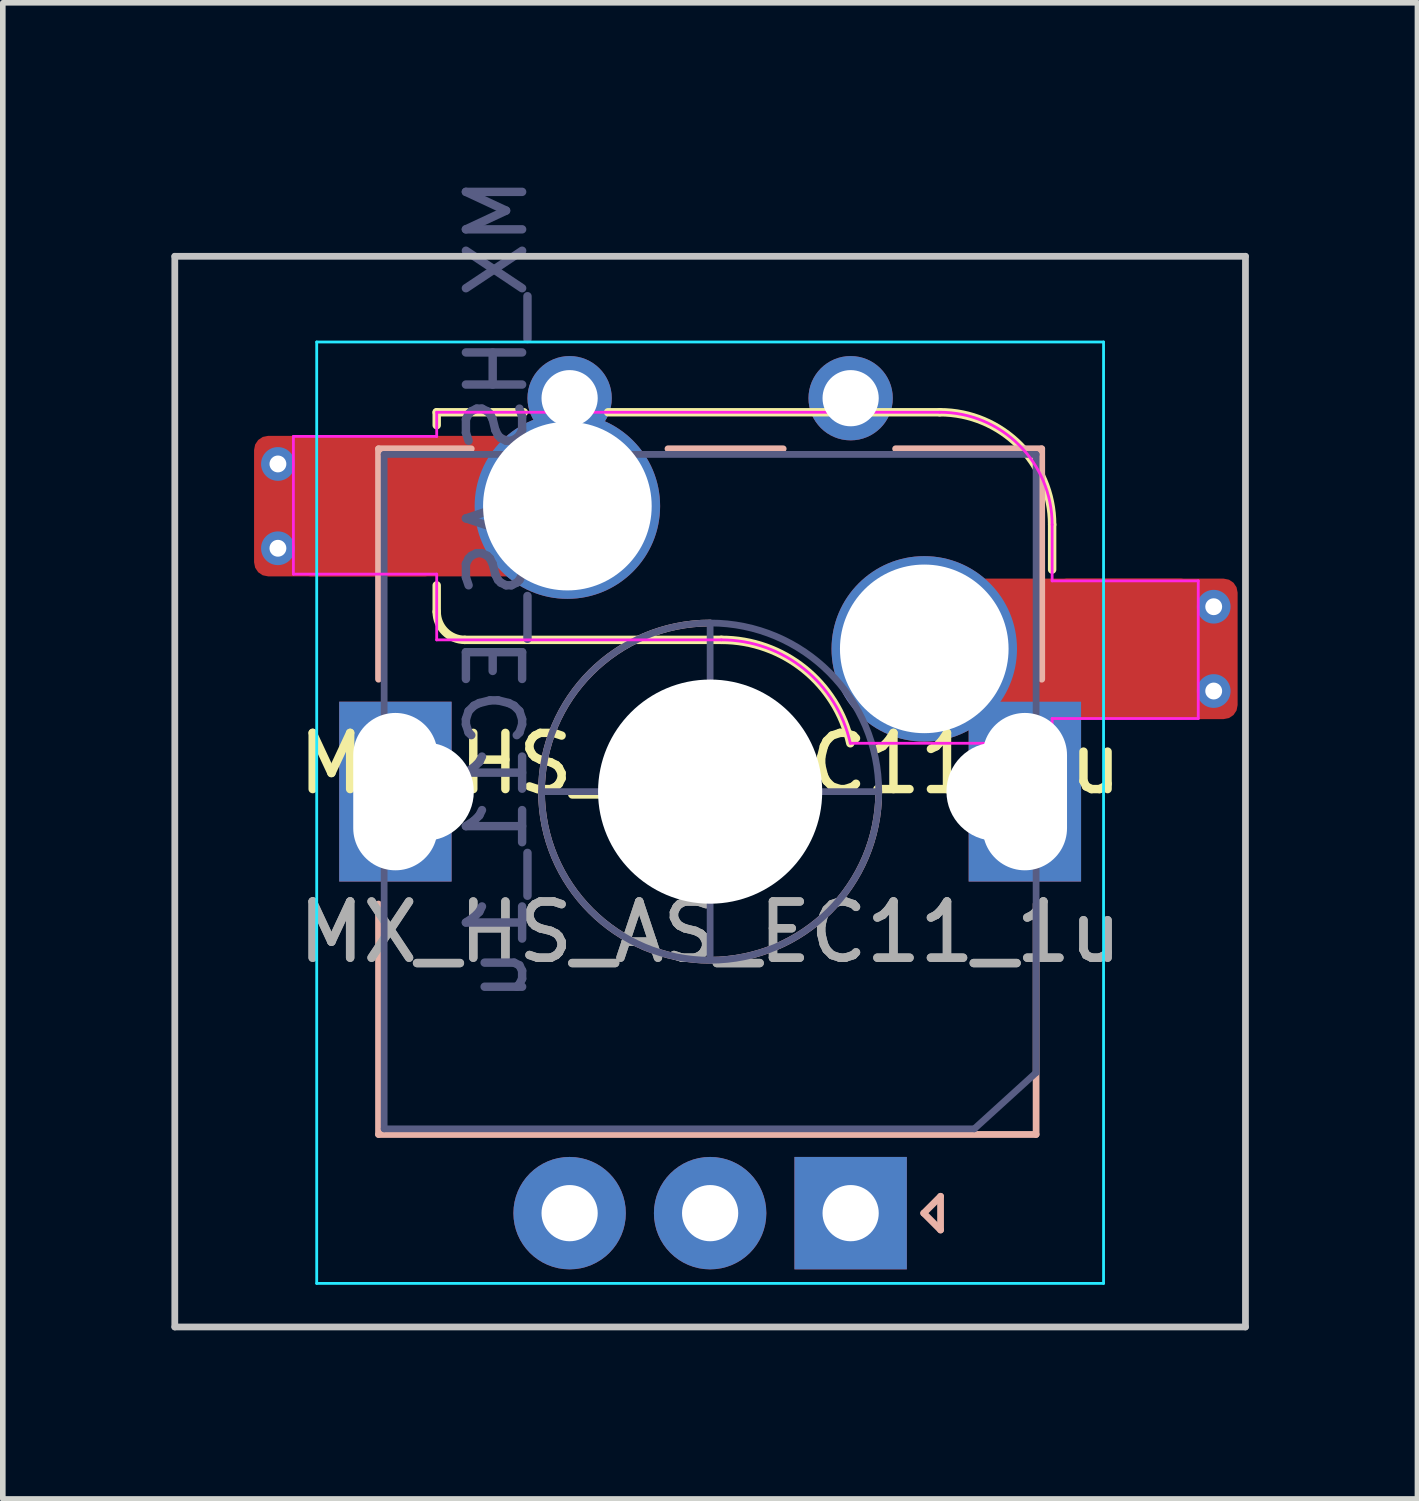
<source format=kicad_pcb>
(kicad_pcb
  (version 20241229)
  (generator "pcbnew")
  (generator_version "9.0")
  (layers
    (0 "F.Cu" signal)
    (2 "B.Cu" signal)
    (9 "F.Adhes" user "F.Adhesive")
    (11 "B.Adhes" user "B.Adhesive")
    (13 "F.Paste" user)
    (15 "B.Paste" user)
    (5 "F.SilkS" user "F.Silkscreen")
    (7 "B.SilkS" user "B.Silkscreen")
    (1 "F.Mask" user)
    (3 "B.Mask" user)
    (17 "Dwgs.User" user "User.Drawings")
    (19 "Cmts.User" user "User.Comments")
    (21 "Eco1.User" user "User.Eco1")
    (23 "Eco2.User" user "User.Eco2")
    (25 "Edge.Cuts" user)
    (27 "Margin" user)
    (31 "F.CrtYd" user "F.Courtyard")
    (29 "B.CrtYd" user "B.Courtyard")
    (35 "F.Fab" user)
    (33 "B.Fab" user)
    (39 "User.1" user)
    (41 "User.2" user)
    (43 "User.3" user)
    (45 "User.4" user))
  (footprint "MX_HS_AS_EC11_1u"
    (layer "F.Cu")
    (at 9.585 11.035)
    (property "Reference" "MX_HS_AS_EC11_1u" (at 0 -0.5 0) (unlocked yes) (layer "F.SilkS") (effects (font (size 1 1) (thickness 0.15))))
    (attr through_hole)
    (fp_line (start -4.865 -6.75) (end -4.865 -6.52) (stroke (width 0.15) (type solid)) (layer "F.SilkS"))
    (fp_line (start -4.865 -3.67) (end -4.865 -3.2) (stroke (width 0.15) (type solid)) (layer "F.SilkS"))
    (fp_line (start -4.365 -2.7) (end 0.2 -2.7) (stroke (width 0.15) (type solid)) (layer "F.SilkS"))
    (fp_line (start -3.315 -6.75) (end -4.865 -6.75) (stroke (width 0.15) (type solid)) (layer "F.SilkS"))
    (fp_line (start 4.085 -6.75) (end -1.815 -6.75) (stroke (width 0.15) (type solid)) (layer "F.SilkS"))
    (fp_line (start 6.085 -3.95) (end 6.085 -4.75) (stroke (width 0.15) (type solid)) (layer "F.SilkS"))
    (fp_line (start 6.085 -1.1) (end 6.085 -0.86) (stroke (width 0.15) (type solid)) (layer "F.SilkS"))
    (fp_arc (start -4.364824 -2.70022) (mid -4.718355 -2.846676) (end -4.864824 -3.20022) (stroke (width 0.15) (type solid)) (layer "F.SilkS"))
    (fp_arc (start 0.2 -2.70022) (mid 1.670695 -2.183638) (end 2.494322 -0.86022) (stroke (width 0.15) (type solid)) (layer "F.SilkS"))
    (fp_arc (start 4.085176 -6.75022) (mid 5.499392 -6.164435) (end 6.085176 -4.75022) (stroke (width 0.15) (type solid)) (layer "F.SilkS"))
    (fp_line (start -5.9 -6.1) (end -5.9 -2) (stroke (width 0.12) (type solid)) (layer "B.SilkS"))
    (fp_line (start -5.9 2) (end -5.9 6.1) (stroke (width 0.12) (type solid)) (layer "B.SilkS"))
    (fp_line (start -4.25 -6.1) (end -5.9 -6.1) (stroke (width 0.12) (type solid)) (layer "B.SilkS"))
    (fp_line (start 0 0.5) (end 0 -0.5) (stroke (width 0.12) (type solid)) (layer "B.SilkS"))
    (fp_line (start 0.5 0) (end -0.5 0) (stroke (width 0.12) (type solid)) (layer "B.SilkS"))
    (fp_line (start 1.3 -6.1) (end -0.75 -6.1) (stroke (width 0.12) (type solid)) (layer "B.SilkS"))
    (fp_line (start 3.8 7.5) (end 4.1 7.8) (stroke (width 0.12) (type solid)) (layer "B.SilkS"))
    (fp_line (start 4.1 7.2) (end 3.8 7.5) (stroke (width 0.12) (type solid)) (layer "B.SilkS"))
    (fp_line (start 4.1 7.8) (end 4.1 7.2) (stroke (width 0.12) (type solid)) (layer "B.SilkS"))
    (fp_line (start 5.8 2) (end 5.8 6.1) (stroke (width 0.12) (type solid)) (layer "B.SilkS"))
    (fp_line (start 5.8 6.1) (end -5.9 6.1) (stroke (width 0.12) (type solid)) (layer "B.SilkS"))
    (fp_line (start 5.9 -6.1) (end 3.3 -6.1) (stroke (width 0.12) (type solid)) (layer "B.SilkS"))
    (fp_line (start 5.9 -2) (end 5.9 -6.1) (stroke (width 0.12) (type solid)) (layer "B.SilkS"))
    (fp_arc (start 3 0) (mid -2.12132 2.12132) (end 0 -3) (stroke (width 0.12) (type solid)) (layer "B.SilkS"))
    (fp_line (start -9.525 -9.525) (end 9.525 -9.525) (stroke (width 0.12) (type solid)) (layer "Dwgs.User"))
    (fp_line (start -9.525 9.525) (end -9.525 -9.525) (stroke (width 0.12) (type solid)) (layer "Dwgs.User"))
    (fp_line (start 9.525 -9.525) (end 9.525 9.525) (stroke (width 0.12) (type solid)) (layer "Dwgs.User"))
    (fp_line (start 9.525 9.525) (end -9.525 9.525) (stroke (width 0.12) (type solid)) (layer "Dwgs.User"))
    (fp_line (start -7 -6.5) (end -7 6.5) (stroke (width 0.05) (type solid)) (layer "Eco2.User"))
    (fp_line (start -6.5 7) (end 6.5 7) (stroke (width 0.05) (type solid)) (layer "Eco2.User"))
    (fp_line (start 6.5 -7) (end -6.5 -7) (stroke (width 0.05) (type solid)) (layer "Eco2.User"))
    (fp_line (start 7 6.5) (end 7 -6.5) (stroke (width 0.05) (type solid)) (layer "Eco2.User"))
    (fp_arc (start -7 -6.5) (mid -6.853553 -6.853553) (end -6.5 -7) (stroke (width 0.05) (type solid)) (layer "Eco2.User"))
    (fp_arc (start -6.497236 6.998884) (mid -6.850787 6.852436) (end -6.997236 6.498884) (stroke (width 0.05) (type solid)) (layer "Eco2.User"))
    (fp_arc (start 6.5 -7) (mid 6.853553 -6.853553) (end 7 -6.5) (stroke (width 0.05) (type solid)) (layer "Eco2.User"))
    (fp_arc (start 7 6.5) (mid 6.853553 6.853553) (end 6.5 7) (stroke (width 0.05) (type solid)) (layer "Eco2.User"))
    (fp_line (start -7 -8) (end -7 8.75) (stroke (width 0.05) (type solid)) (layer "B.CrtYd"))
    (fp_line (start -7 -8) (end 7 -8) (stroke (width 0.05) (type solid)) (layer "B.CrtYd"))
    (fp_line (start 7 8.75) (end -7 8.75) (stroke (width 0.05) (type solid)) (layer "B.CrtYd"))
    (fp_line (start 7 8.75) (end 7 -8) (stroke (width 0.05) (type solid)) (layer "B.CrtYd"))
    (fp_line (start -7.415 -6.32) (end -4.865 -6.32) (stroke (width 0.05) (type solid)) (layer "F.CrtYd"))
    (fp_line (start -7.415 -3.87) (end -7.415 -6.32) (stroke (width 0.05) (type solid)) (layer "F.CrtYd"))
    (fp_line (start -4.865 -6.75) (end -4.865 -6.32) (stroke (width 0.05) (type solid)) (layer "F.CrtYd"))
    (fp_line (start -4.865 -3.87) (end -7.415 -3.87) (stroke (width 0.05) (type solid)) (layer "F.CrtYd"))
    (fp_line (start -4.865 -3.87) (end -4.865 -2.7) (stroke (width 0.05) (type solid)) (layer "F.CrtYd"))
    (fp_line (start -4.865 -2.7) (end 0.2 -2.7) (stroke (width 0.05) (type solid)) (layer "F.CrtYd"))
    (fp_line (start 4.085 -6.75) (end -4.865 -6.75) (stroke (width 0.05) (type solid)) (layer "F.CrtYd"))
    (fp_line (start 6.085 -3.75) (end 6.085 -4.75) (stroke (width 0.05) (type solid)) (layer "F.CrtYd"))
    (fp_line (start 6.085 -3.75) (end 8.685 -3.75) (stroke (width 0.05) (type solid)) (layer "F.CrtYd"))
    (fp_line (start 6.085 -1.3) (end 6.085 -0.86) (stroke (width 0.05) (type solid)) (layer "F.CrtYd"))
    (fp_line (start 6.085 -0.86) (end 2.494 -0.86) (stroke (width 0.05) (type solid)) (layer "F.CrtYd"))
    (fp_line (start 8.685 -3.75) (end 8.685 -1.3) (stroke (width 0.05) (type solid)) (layer "F.CrtYd"))
    (fp_line (start 8.685 -1.3) (end 6.085 -1.3) (stroke (width 0.05) (type solid)) (layer "F.CrtYd"))
    (fp_arc (start 0.2 -2.70022) (mid 1.670505 -2.1834) (end 2.494322 -0.86022) (stroke (width 0.05) (type solid)) (layer "F.CrtYd"))
    (fp_arc (start 4.085176 -6.75022) (mid 5.499392 -6.164435) (end 6.085176 -4.75022) (stroke (width 0.05) (type solid)) (layer "F.CrtYd"))
    (fp_line (start -5.8 -6) (end -5.8 6) (stroke (width 0.12) (type solid)) (layer "B.Fab"))
    (fp_line (start -5.8 6) (end 4.7 6) (stroke (width 0.12) (type solid)) (layer "B.Fab"))
    (fp_line (start 0 3) (end 0 -3) (stroke (width 0.12) (type solid)) (layer "B.Fab"))
    (fp_line (start 3 0) (end -3 0) (stroke (width 0.12) (type solid)) (layer "B.Fab"))
    (fp_line (start 4.7 6) (end 5.8 5) (stroke (width 0.12) (type solid)) (layer "B.Fab"))
    (fp_line (start 5.8 -6) (end -5.8 -6) (stroke (width 0.12) (type solid)) (layer "B.Fab"))
    (fp_line (start 5.8 5) (end 5.8 -6) (stroke (width 0.12) (type solid)) (layer "B.Fab"))
    (fp_circle (center 0 0) (end 0 -3) (stroke (width 0.12) (type solid)) (fill no) (layer "B.Fab"))
    (fp_text user "${REFERENCE}" (at -3.8 -3.6 270) (layer "B.Fab") (effects (font (size 1 1) (thickness 0.15)) (justify mirror)))
    (fp_text user "${REFERENCE}" (at 0 2.5 0) (unlocked yes) (layer "F.Fab") (effects (font (size 1 1) (thickness 0.15))))
    (fp_text user "${REFERENCE}" (at 0 2.5 0) (unlocked yes) (layer "F.Fab") (effects (font (size 1 1) (thickness 0.15))))
    (pad "" np_thru_hole circle (at -5.08 0) (size 1.75 1.75) (drill 1.75) (layers "*.Cu" "*.Mask"))
    (pad "" thru_hole circle (at -2.5 -7 270) (size 1.5 1.5) (drill 1) (layers "*.Cu" "*.Mask"))
    (pad "" np_thru_hole circle (at 0 0) (size 3.988 3.988) (drill 3.988) (layers "*.Cu" "*.Mask"))
    (pad "" np_thru_hole circle (at 5.08 0) (size 1.75 1.75) (drill 1.75) (layers "*.Cu" "*.Mask"))
    (pad "1" thru_hole circle (at 2.5 -7 270) (size 1.5 1.5) (drill 1) (layers "*.Cu" "*.Mask"))
    (pad "1" thru_hole circle (at 3.81 -2.54) (size 3.3 3.3) (drill 3) (layers "*.Cu" "*.Mask"))
    (pad "1" smd roundrect (at 7.018 -2.54) (size 4.735 2.5) (layers "F.Cu") (roundrect_rratio 0.1))
    (pad "1" smd roundrect (at 7.36 -2.54) (size 2.55 2.5) (layers "F.Cu" "F.Mask" "F.Paste") (roundrect_rratio 0.1))
    (pad "1" thru_hole circle (at 8.96 -3.29) (size 0.6 0.6) (drill 0.3) (layers "*.Cu"))
    (pad "1" thru_hole circle (at 8.96 -1.79) (size 0.6 0.6) (drill 0.3) (layers "*.Cu"))
    (pad "2" thru_hole circle (at -7.69 -5.83) (size 0.6 0.6) (drill 0.3) (layers "*.Cu"))
    (pad "2" thru_hole circle (at -7.69 -4.33) (size 0.6 0.6) (drill 0.3) (layers "*.Cu"))
    (pad "2" smd roundrect (at -6.09 -5.08) (size 2.55 2.5) (layers "F.Cu" "F.Mask" "F.Paste") (roundrect_rratio 0.1))
    (pad "2" smd roundrect (at -5.732 -5.08) (size 4.765 2.5) (layers "F.Cu") (roundrect_rratio 0.1))
    (pad "2" thru_hole circle (at -2.54 -5.08) (size 3.3 3.3) (drill 3) (layers "*.Cu" "*.Mask"))
    (pad "A" thru_hole rect (at 2.5 7.5 270) (size 2 2) (drill 1) (layers "*.Cu" "*.Mask"))
    (pad "B" thru_hole circle (at -2.5 7.5 270) (size 2 2) (drill 1) (layers "*.Cu" "*.Mask"))
    (pad "C" thru_hole circle (at 0 7.5 270) (size 2 2) (drill 1) (layers "*.Cu" "*.Mask"))
    (pad "MP" thru_hole rect (at -5.6 0 270) (size 3.2 2) (drill oval 2.8 1.5) (layers "*.Cu" "*.Mask"))
    (pad "MP" thru_hole rect (at 5.6 0 270) (size 3.2 2) (drill oval 2.8 1.5) (layers "*.Cu" "*.Mask")))
  (gr_rect
    (start -3 -3)
    (end 22.17 23.62)
    (stroke (width 0.1) (type default))
    (fill no)
    (layer "Edge.Cuts")))
</source>
